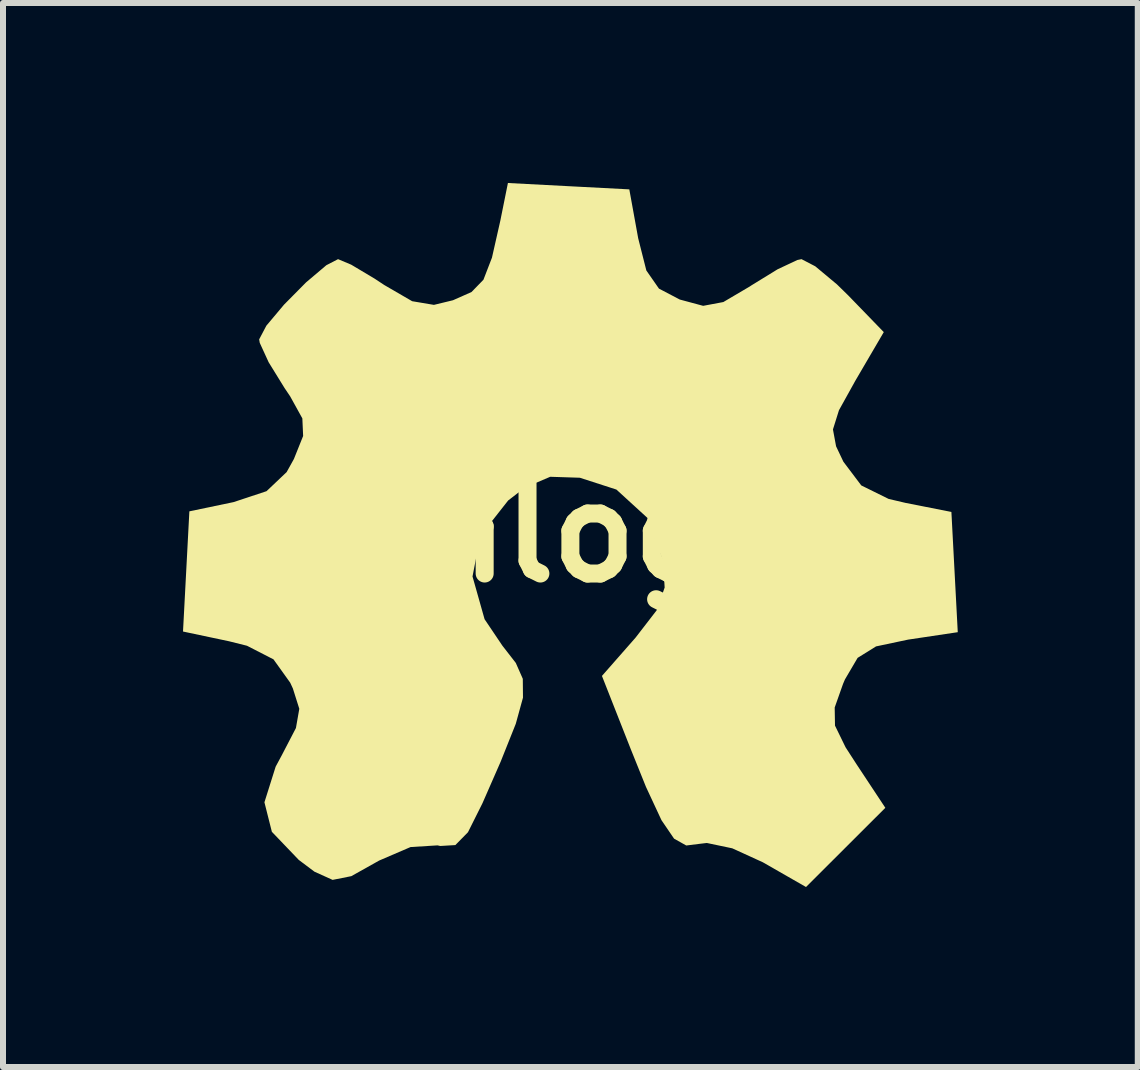
<source format=kicad_pcb>
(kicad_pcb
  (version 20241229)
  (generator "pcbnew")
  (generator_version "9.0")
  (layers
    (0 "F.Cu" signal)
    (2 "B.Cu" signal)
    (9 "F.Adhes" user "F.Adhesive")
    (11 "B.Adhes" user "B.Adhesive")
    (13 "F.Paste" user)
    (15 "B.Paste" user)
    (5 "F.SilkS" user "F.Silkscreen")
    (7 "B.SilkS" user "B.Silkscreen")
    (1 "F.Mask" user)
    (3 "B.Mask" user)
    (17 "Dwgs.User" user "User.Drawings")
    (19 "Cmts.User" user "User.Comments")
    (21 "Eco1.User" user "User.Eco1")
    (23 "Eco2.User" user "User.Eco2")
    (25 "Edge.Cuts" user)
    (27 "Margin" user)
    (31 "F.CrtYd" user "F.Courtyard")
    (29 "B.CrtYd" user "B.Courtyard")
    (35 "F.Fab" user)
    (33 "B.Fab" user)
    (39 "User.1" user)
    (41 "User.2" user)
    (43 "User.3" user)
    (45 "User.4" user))
  (footprint "ohlogo"
    (layer "F.Cu")
    (at 6.456 5.83)
    (property "Reference" "ohlogo" (at 0 0 0) (layer "F.SilkS") (effects (font (size 1.5 1.5) (thickness 0.3))))
    (attr board_only exclude_from_pos_files exclude_from_bom)
    (fp_poly (pts (xy -0.03 -5.777) (xy 0.982 -5.724) (xy 1.13 -4.909) (xy 1.266 -4.372) (xy 1.476 -4.07) (xy 1.823 -3.888) (xy 2.213 -3.783) (xy 2.549 -3.846) (xy 2.992 -4.107) (xy 3.014 -4.122) (xy 3.453 -4.392) (xy 3.783 -4.547) (xy 3.852 -4.561) (xy 4.081 -4.442) (xy 4.443 -4.14) (xy 4.634 -3.953) (xy 5.223 -3.345) (xy 4.748 -2.533) (xy 4.476 -2.043) (xy 4.376 -1.723) (xy 4.428 -1.442) (xy 4.55 -1.185) (xy 4.848 -0.79) (xy 5.304 -0.565) (xy 5.589 -0.498) (xy 6.35 -0.348) (xy 6.403 0.654) (xy 6.456 1.656) (xy 5.628 1.78) (xy 5.094 1.893) (xy 4.787 2.084) (xy 4.576 2.443) (xy 4.544 2.518) (xy 4.405 2.911) (xy 4.41 3.213) (xy 4.586 3.574) (xy 4.769 3.857) (xy 5.249 4.583) (xy 4.588 5.243) (xy 3.927 5.903) (xy 3.208 5.491) (xy 2.698 5.258) (xy 2.274 5.169) (xy 2.164 5.182) (xy 1.931 5.211) (xy 1.728 5.097) (xy 1.518 4.789) (xy 1.26 4.235) (xy 1.007 3.607) (xy 0.526 2.385) (xy 1.087 1.746) (xy 1.438 1.291) (xy 1.571 0.912) (xy 1.545 0.475) (xy 1.282 -0.25) (xy 0.767 -0.721) (xy 0.158 -0.918) (xy -0.336 -0.934) (xy -0.76 -0.753) (xy -1.038 -0.538) (xy -1.5 0.05) (xy -1.631 0.728) (xy -1.43 1.44) (xy -1.133 1.881) (xy -0.91 2.168) (xy -0.793 2.433) (xy -0.79 2.747) (xy -0.91 3.183) (xy -1.162 3.814) (xy -1.465 4.506) (xy -1.707 4.99) (xy -1.917 5.204) (xy -2.169 5.219) (xy -2.214 5.209) (xy -2.664 5.237) (xy -3.187 5.462) (xy -3.651 5.722) (xy -3.963 5.784) (xy -4.266 5.647) (xy -4.527 5.451) (xy -4.975 4.983) (xy -5.099 4.491) (xy -4.912 3.897) (xy -4.812 3.711) (xy -4.574 3.253) (xy -4.518 2.933) (xy -4.625 2.594) (xy -4.67 2.497) (xy -4.948 2.109) (xy -5.39 1.882) (xy -5.69 1.807) (xy -6.456 1.645) (xy -6.403 0.644) (xy -6.35 -0.358) (xy -5.613 -0.512) (xy -5.064 -0.694) (xy -4.729 -1.012) (xy -4.608 -1.23) (xy -4.454 -1.614) (xy -4.467 -1.907) (xy -4.67 -2.274) (xy -4.763 -2.412) (xy -5.029 -2.843) (xy -5.177 -3.166) (xy -5.187 -3.224) (xy -5.067 -3.452) (xy -4.772 -3.803) (xy -4.405 -4.174) (xy -4.067 -4.46) (xy -3.872 -4.561) (xy -3.653 -4.469) (xy -3.264 -4.237) (xy -3.102 -4.13) (xy -2.637 -3.86) (xy -2.274 -3.799) (xy -1.957 -3.876) (xy -1.648 -4.013) (xy -1.449 -4.218) (xy -1.307 -4.586) (xy -1.166 -5.209) (xy -1.16 -5.24) (xy -1.041 -5.83)) (stroke (width 0) (type solid)) (fill yes) (layer "F.SilkS")))
  (gr_rect
    (start -3 -3)
    (end 15.912 14.733)
    (stroke (width 0.1) (type default))
    (fill no)
    (layer "Edge.Cuts")))
</source>
